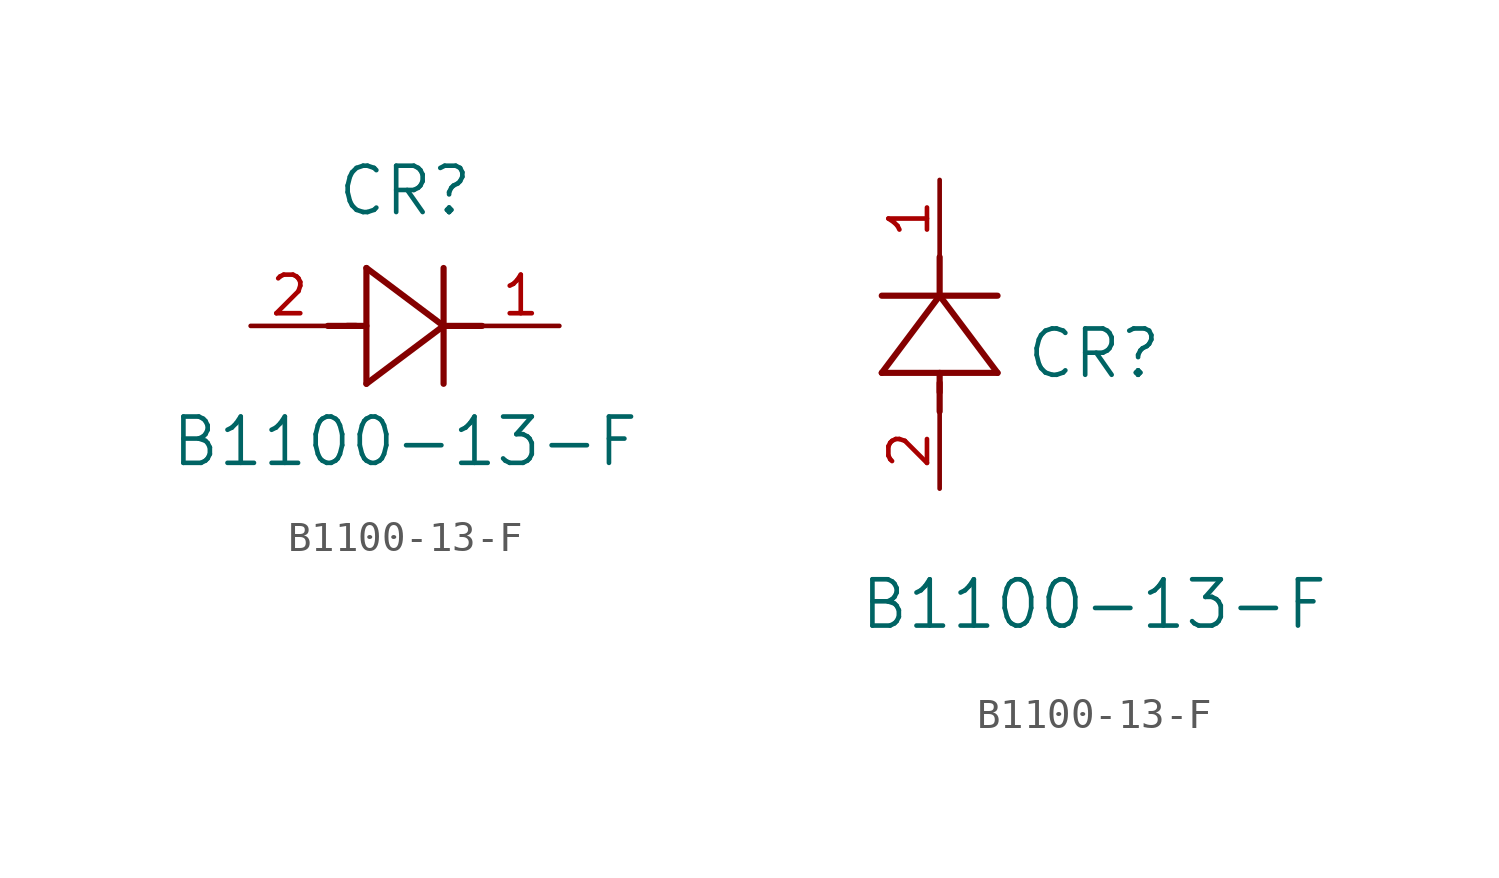
<source format=kicad_sym>
(kicad_symbol_lib
  (version 20211014)
  (generator kicad_symbol_editor)
  (symbol "B1100-13-F"
    (pin_names
      (offset 0.254))
    (property "Reference" "CR"
      (at 5.08 4.445 0)
      (effects (font (size 1.524 1.524))))
    (property "Value" "B1100-13-F"
      (at 5.08 -3.81 0)
      (effects (font (size 1.524 1.524))))
    (symbol "B1100-13-F_1_1"
      (polyline (pts (xy 2.54 0) (xy 3.48 0)) (stroke (width 0.203) (type default) (color 0 0 0 0)) (fill (type none)))
      (polyline (pts (xy 3.81 1.905) (xy 3.81 -1.905)) (stroke (width 0.203) (type default) (color 0 0 0 0)) (fill (type none)))
      (polyline (pts (xy 3.175 0) (xy 3.81 0)) (stroke (width 0.203) (type default) (color 0 0 0 0)) (fill (type none)))
      (polyline (pts (xy 6.35 -1.905) (xy 6.35 1.905)) (stroke (width 0.203) (type default) (color 0 0 0 0)) (fill (type none)))
      (polyline (pts (xy 6.35 0) (xy 7.62 0)) (stroke (width 0.203) (type default) (color 0 0 0 0)) (fill (type none)))
      (polyline (pts (xy 6.35 0) (xy 3.81 1.905)) (stroke (width 0.203) (type default) (color 0 0 0 0)) (fill (type none)))
      (polyline (pts (xy 3.81 -1.905) (xy 6.35 0)) (stroke (width 0.203) (type default) (color 0 0 0 0)) (fill (type none)))
      (pin unspecified line (at 0 0 0) (length 2.54) (name "" (effects (font (size 1.27 1.27)))) (number "2" (effects (font (size 1.27 1.27)))))
      (pin unspecified line (at 10.16 0 180) (length 2.54) (name "" (effects (font (size 1.27 1.27)))) (number "1" (effects (font (size 1.27 1.27))))))
    (symbol "B1100-13-F_1_2"
      (polyline (pts (xy 0 2.54) (xy 0 3.48)) (stroke (width 0.203) (type default) (color 0 0 0 0)) (fill (type none)))
      (polyline (pts (xy -1.905 3.81) (xy 1.905 3.81)) (stroke (width 0.203) (type default) (color 0 0 0 0)) (fill (type none)))
      (polyline (pts (xy 0 3.175) (xy 0 3.81)) (stroke (width 0.203) (type default) (color 0 0 0 0)) (fill (type none)))
      (polyline (pts (xy 1.905 6.35) (xy -1.905 6.35)) (stroke (width 0.203) (type default) (color 0 0 0 0)) (fill (type none)))
      (polyline (pts (xy 0 6.35) (xy 0 7.62)) (stroke (width 0.203) (type default) (color 0 0 0 0)) (fill (type none)))
      (polyline (pts (xy 0 6.35) (xy -1.905 3.81)) (stroke (width 0.203) (type default) (color 0 0 0 0)) (fill (type none)))
      (polyline (pts (xy 1.905 3.81) (xy 0 6.35)) (stroke (width 0.203) (type default) (color 0 0 0 0)) (fill (type none)))
      (pin unspecified line (at 0 0 90) (length 2.54) (name "" (effects (font (size 1.27 1.27)))) (number "2" (effects (font (size 1.27 1.27)))))
      (pin unspecified line (at 0 10.16 270) (length 2.54) (name "" (effects (font (size 1.27 1.27)))) (number "1" (effects (font (size 1.27 1.27))))))))
</source>
